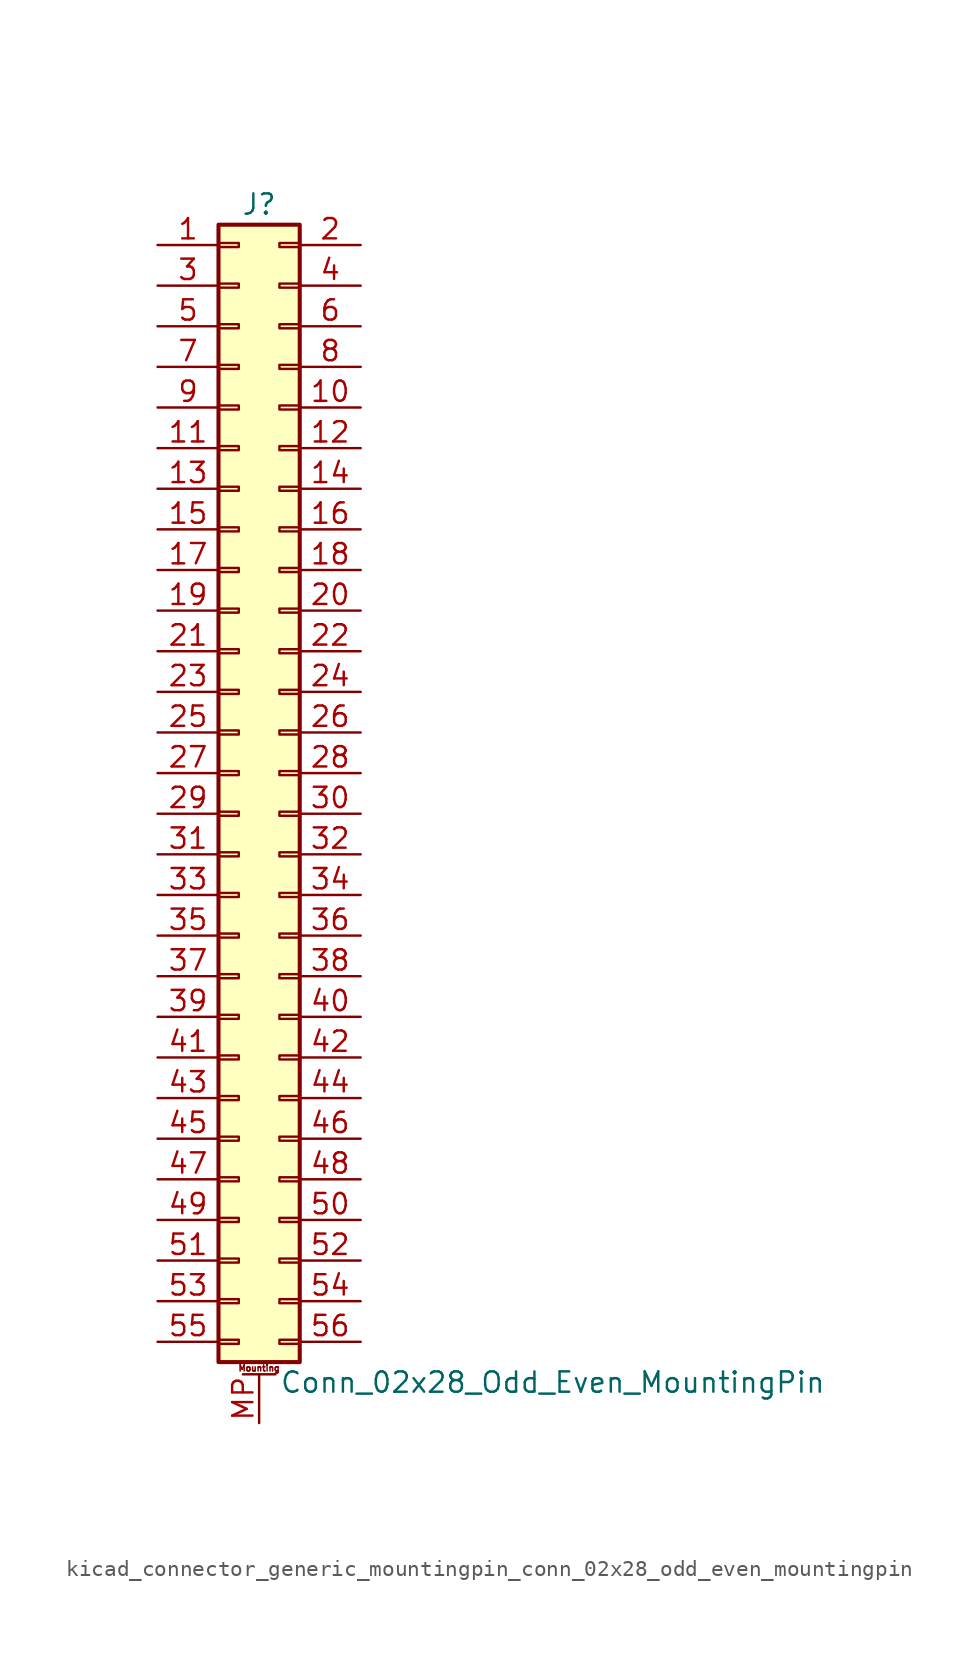
<source format=kicad_sym>
(kicad_symbol_lib
  (version 20220914)
  (generator kicad_symbol_editor)
  (symbol "kicad_connector_generic_mountingpin_conn_02x28_odd_even_mountingpin"
    (pin_names
      (offset 1.016) hide)
    (property "Reference" "J"
      (at 1.27 35.56 0)
      (effects (font (size 1.27 1.27))))
    (property "Value" "Conn_02x28_Odd_Even_MountingPin"
      (at 2.54 -38.1 0)
      (effects (font (size 1.27 1.27)) (justify left)))
    (symbol "kicad_connector_generic_mountingpin_conn_02x28_odd_even_mountingpin_1_1"
      (rectangle (start -1.27 -35.433) (end 0 -35.687) (stroke (width 0.152) (type default)) (fill (type none)))
      (rectangle (start -1.27 -32.893) (end 0 -33.147) (stroke (width 0.152) (type default)) (fill (type none)))
      (rectangle (start -1.27 -30.353) (end 0 -30.607) (stroke (width 0.152) (type default)) (fill (type none)))
      (rectangle (start -1.27 -27.813) (end 0 -28.067) (stroke (width 0.152) (type default)) (fill (type none)))
      (rectangle (start -1.27 -25.273) (end 0 -25.527) (stroke (width 0.152) (type default)) (fill (type none)))
      (rectangle (start -1.27 -22.733) (end 0 -22.987) (stroke (width 0.152) (type default)) (fill (type none)))
      (rectangle (start -1.27 -20.193) (end 0 -20.447) (stroke (width 0.152) (type default)) (fill (type none)))
      (rectangle (start -1.27 -17.653) (end 0 -17.907) (stroke (width 0.152) (type default)) (fill (type none)))
      (rectangle (start -1.27 -15.113) (end 0 -15.367) (stroke (width 0.152) (type default)) (fill (type none)))
      (rectangle (start -1.27 -12.573) (end 0 -12.827) (stroke (width 0.152) (type default)) (fill (type none)))
      (rectangle (start -1.27 -10.033) (end 0 -10.287) (stroke (width 0.152) (type default)) (fill (type none)))
      (rectangle (start -1.27 -7.493) (end 0 -7.747) (stroke (width 0.152) (type default)) (fill (type none)))
      (rectangle (start -1.27 -4.953) (end 0 -5.207) (stroke (width 0.152) (type default)) (fill (type none)))
      (rectangle (start -1.27 -2.413) (end 0 -2.667) (stroke (width 0.152) (type default)) (fill (type none)))
      (rectangle (start -1.27 0.127) (end 0 -0.127) (stroke (width 0.152) (type default)) (fill (type none)))
      (rectangle (start -1.27 2.667) (end 0 2.413) (stroke (width 0.152) (type default)) (fill (type none)))
      (rectangle (start -1.27 5.207) (end 0 4.953) (stroke (width 0.152) (type default)) (fill (type none)))
      (rectangle (start -1.27 7.747) (end 0 7.493) (stroke (width 0.152) (type default)) (fill (type none)))
      (rectangle (start -1.27 10.287) (end 0 10.033) (stroke (width 0.152) (type default)) (fill (type none)))
      (rectangle (start -1.27 12.827) (end 0 12.573) (stroke (width 0.152) (type default)) (fill (type none)))
      (rectangle (start -1.27 15.367) (end 0 15.113) (stroke (width 0.152) (type default)) (fill (type none)))
      (rectangle (start -1.27 17.907) (end 0 17.653) (stroke (width 0.152) (type default)) (fill (type none)))
      (rectangle (start -1.27 20.447) (end 0 20.193) (stroke (width 0.152) (type default)) (fill (type none)))
      (rectangle (start -1.27 22.987) (end 0 22.733) (stroke (width 0.152) (type default)) (fill (type none)))
      (rectangle (start -1.27 25.527) (end 0 25.273) (stroke (width 0.152) (type default)) (fill (type none)))
      (rectangle (start -1.27 28.067) (end 0 27.813) (stroke (width 0.152) (type default)) (fill (type none)))
      (rectangle (start -1.27 30.607) (end 0 30.353) (stroke (width 0.152) (type default)) (fill (type none)))
      (rectangle (start -1.27 33.147) (end 0 32.893) (stroke (width 0.152) (type default)) (fill (type none)))
      (rectangle (start -1.27 34.29) (end 3.81 -36.83) (stroke (width 0.254) (type default)) (fill (type background)))
      (polyline (pts (xy 0.254 -37.592) (xy 2.286 -37.592)) (stroke (width 0.152) (type default)) (fill (type none)))
      (rectangle (start 3.81 -35.433) (end 2.54 -35.687) (stroke (width 0.152) (type default)) (fill (type none)))
      (rectangle (start 3.81 -32.893) (end 2.54 -33.147) (stroke (width 0.152) (type default)) (fill (type none)))
      (rectangle (start 3.81 -30.353) (end 2.54 -30.607) (stroke (width 0.152) (type default)) (fill (type none)))
      (rectangle (start 3.81 -27.813) (end 2.54 -28.067) (stroke (width 0.152) (type default)) (fill (type none)))
      (rectangle (start 3.81 -25.273) (end 2.54 -25.527) (stroke (width 0.152) (type default)) (fill (type none)))
      (rectangle (start 3.81 -22.733) (end 2.54 -22.987) (stroke (width 0.152) (type default)) (fill (type none)))
      (rectangle (start 3.81 -20.193) (end 2.54 -20.447) (stroke (width 0.152) (type default)) (fill (type none)))
      (rectangle (start 3.81 -17.653) (end 2.54 -17.907) (stroke (width 0.152) (type default)) (fill (type none)))
      (rectangle (start 3.81 -15.113) (end 2.54 -15.367) (stroke (width 0.152) (type default)) (fill (type none)))
      (rectangle (start 3.81 -12.573) (end 2.54 -12.827) (stroke (width 0.152) (type default)) (fill (type none)))
      (rectangle (start 3.81 -10.033) (end 2.54 -10.287) (stroke (width 0.152) (type default)) (fill (type none)))
      (rectangle (start 3.81 -7.493) (end 2.54 -7.747) (stroke (width 0.152) (type default)) (fill (type none)))
      (rectangle (start 3.81 -4.953) (end 2.54 -5.207) (stroke (width 0.152) (type default)) (fill (type none)))
      (rectangle (start 3.81 -2.413) (end 2.54 -2.667) (stroke (width 0.152) (type default)) (fill (type none)))
      (rectangle (start 3.81 0.127) (end 2.54 -0.127) (stroke (width 0.152) (type default)) (fill (type none)))
      (rectangle (start 3.81 2.667) (end 2.54 2.413) (stroke (width 0.152) (type default)) (fill (type none)))
      (rectangle (start 3.81 5.207) (end 2.54 4.953) (stroke (width 0.152) (type default)) (fill (type none)))
      (rectangle (start 3.81 7.747) (end 2.54 7.493) (stroke (width 0.152) (type default)) (fill (type none)))
      (rectangle (start 3.81 10.287) (end 2.54 10.033) (stroke (width 0.152) (type default)) (fill (type none)))
      (rectangle (start 3.81 12.827) (end 2.54 12.573) (stroke (width 0.152) (type default)) (fill (type none)))
      (rectangle (start 3.81 15.367) (end 2.54 15.113) (stroke (width 0.152) (type default)) (fill (type none)))
      (rectangle (start 3.81 17.907) (end 2.54 17.653) (stroke (width 0.152) (type default)) (fill (type none)))
      (rectangle (start 3.81 20.447) (end 2.54 20.193) (stroke (width 0.152) (type default)) (fill (type none)))
      (rectangle (start 3.81 22.987) (end 2.54 22.733) (stroke (width 0.152) (type default)) (fill (type none)))
      (rectangle (start 3.81 25.527) (end 2.54 25.273) (stroke (width 0.152) (type default)) (fill (type none)))
      (rectangle (start 3.81 28.067) (end 2.54 27.813) (stroke (width 0.152) (type default)) (fill (type none)))
      (rectangle (start 3.81 30.607) (end 2.54 30.353) (stroke (width 0.152) (type default)) (fill (type none)))
      (rectangle (start 3.81 33.147) (end 2.54 32.893) (stroke (width 0.152) (type default)) (fill (type none)))
      (text "Mounting" (at 1.27 -37.211 0) (effects (font (size 0.381 0.381))))
      (pin passive line (at -5.08 33.02 0) (length 3.81) (name "Pin_1" (effects (font (size 1.27 1.27)))) (number "1" (effects (font (size 1.27 1.27)))))
      (pin passive line (at 7.62 22.86 180) (length 3.81) (name "Pin_10" (effects (font (size 1.27 1.27)))) (number "10" (effects (font (size 1.27 1.27)))))
      (pin passive line (at -5.08 20.32 0) (length 3.81) (name "Pin_11" (effects (font (size 1.27 1.27)))) (number "11" (effects (font (size 1.27 1.27)))))
      (pin passive line (at 7.62 20.32 180) (length 3.81) (name "Pin_12" (effects (font (size 1.27 1.27)))) (number "12" (effects (font (size 1.27 1.27)))))
      (pin passive line (at -5.08 17.78 0) (length 3.81) (name "Pin_13" (effects (font (size 1.27 1.27)))) (number "13" (effects (font (size 1.27 1.27)))))
      (pin passive line (at 7.62 17.78 180) (length 3.81) (name "Pin_14" (effects (font (size 1.27 1.27)))) (number "14" (effects (font (size 1.27 1.27)))))
      (pin passive line (at -5.08 15.24 0) (length 3.81) (name "Pin_15" (effects (font (size 1.27 1.27)))) (number "15" (effects (font (size 1.27 1.27)))))
      (pin passive line (at 7.62 15.24 180) (length 3.81) (name "Pin_16" (effects (font (size 1.27 1.27)))) (number "16" (effects (font (size 1.27 1.27)))))
      (pin passive line (at -5.08 12.7 0) (length 3.81) (name "Pin_17" (effects (font (size 1.27 1.27)))) (number "17" (effects (font (size 1.27 1.27)))))
      (pin passive line (at 7.62 12.7 180) (length 3.81) (name "Pin_18" (effects (font (size 1.27 1.27)))) (number "18" (effects (font (size 1.27 1.27)))))
      (pin passive line (at -5.08 10.16 0) (length 3.81) (name "Pin_19" (effects (font (size 1.27 1.27)))) (number "19" (effects (font (size 1.27 1.27)))))
      (pin passive line (at 7.62 33.02 180) (length 3.81) (name "Pin_2" (effects (font (size 1.27 1.27)))) (number "2" (effects (font (size 1.27 1.27)))))
      (pin passive line (at 7.62 10.16 180) (length 3.81) (name "Pin_20" (effects (font (size 1.27 1.27)))) (number "20" (effects (font (size 1.27 1.27)))))
      (pin passive line (at -5.08 7.62 0) (length 3.81) (name "Pin_21" (effects (font (size 1.27 1.27)))) (number "21" (effects (font (size 1.27 1.27)))))
      (pin passive line (at 7.62 7.62 180) (length 3.81) (name "Pin_22" (effects (font (size 1.27 1.27)))) (number "22" (effects (font (size 1.27 1.27)))))
      (pin passive line (at -5.08 5.08 0) (length 3.81) (name "Pin_23" (effects (font (size 1.27 1.27)))) (number "23" (effects (font (size 1.27 1.27)))))
      (pin passive line (at 7.62 5.08 180) (length 3.81) (name "Pin_24" (effects (font (size 1.27 1.27)))) (number "24" (effects (font (size 1.27 1.27)))))
      (pin passive line (at -5.08 2.54 0) (length 3.81) (name "Pin_25" (effects (font (size 1.27 1.27)))) (number "25" (effects (font (size 1.27 1.27)))))
      (pin passive line (at 7.62 2.54 180) (length 3.81) (name "Pin_26" (effects (font (size 1.27 1.27)))) (number "26" (effects (font (size 1.27 1.27)))))
      (pin passive line (at -5.08 0 0) (length 3.81) (name "Pin_27" (effects (font (size 1.27 1.27)))) (number "27" (effects (font (size 1.27 1.27)))))
      (pin passive line (at 7.62 0 180) (length 3.81) (name "Pin_28" (effects (font (size 1.27 1.27)))) (number "28" (effects (font (size 1.27 1.27)))))
      (pin passive line (at -5.08 -2.54 0) (length 3.81) (name "Pin_29" (effects (font (size 1.27 1.27)))) (number "29" (effects (font (size 1.27 1.27)))))
      (pin passive line (at -5.08 30.48 0) (length 3.81) (name "Pin_3" (effects (font (size 1.27 1.27)))) (number "3" (effects (font (size 1.27 1.27)))))
      (pin passive line (at 7.62 -2.54 180) (length 3.81) (name "Pin_30" (effects (font (size 1.27 1.27)))) (number "30" (effects (font (size 1.27 1.27)))))
      (pin passive line (at -5.08 -5.08 0) (length 3.81) (name "Pin_31" (effects (font (size 1.27 1.27)))) (number "31" (effects (font (size 1.27 1.27)))))
      (pin passive line (at 7.62 -5.08 180) (length 3.81) (name "Pin_32" (effects (font (size 1.27 1.27)))) (number "32" (effects (font (size 1.27 1.27)))))
      (pin passive line (at -5.08 -7.62 0) (length 3.81) (name "Pin_33" (effects (font (size 1.27 1.27)))) (number "33" (effects (font (size 1.27 1.27)))))
      (pin passive line (at 7.62 -7.62 180) (length 3.81) (name "Pin_34" (effects (font (size 1.27 1.27)))) (number "34" (effects (font (size 1.27 1.27)))))
      (pin passive line (at -5.08 -10.16 0) (length 3.81) (name "Pin_35" (effects (font (size 1.27 1.27)))) (number "35" (effects (font (size 1.27 1.27)))))
      (pin passive line (at 7.62 -10.16 180) (length 3.81) (name "Pin_36" (effects (font (size 1.27 1.27)))) (number "36" (effects (font (size 1.27 1.27)))))
      (pin passive line (at -5.08 -12.7 0) (length 3.81) (name "Pin_37" (effects (font (size 1.27 1.27)))) (number "37" (effects (font (size 1.27 1.27)))))
      (pin passive line (at 7.62 -12.7 180) (length 3.81) (name "Pin_38" (effects (font (size 1.27 1.27)))) (number "38" (effects (font (size 1.27 1.27)))))
      (pin passive line (at -5.08 -15.24 0) (length 3.81) (name "Pin_39" (effects (font (size 1.27 1.27)))) (number "39" (effects (font (size 1.27 1.27)))))
      (pin passive line (at 7.62 30.48 180) (length 3.81) (name "Pin_4" (effects (font (size 1.27 1.27)))) (number "4" (effects (font (size 1.27 1.27)))))
      (pin passive line (at 7.62 -15.24 180) (length 3.81) (name "Pin_40" (effects (font (size 1.27 1.27)))) (number "40" (effects (font (size 1.27 1.27)))))
      (pin passive line (at -5.08 -17.78 0) (length 3.81) (name "Pin_41" (effects (font (size 1.27 1.27)))) (number "41" (effects (font (size 1.27 1.27)))))
      (pin passive line (at 7.62 -17.78 180) (length 3.81) (name "Pin_42" (effects (font (size 1.27 1.27)))) (number "42" (effects (font (size 1.27 1.27)))))
      (pin passive line (at -5.08 -20.32 0) (length 3.81) (name "Pin_43" (effects (font (size 1.27 1.27)))) (number "43" (effects (font (size 1.27 1.27)))))
      (pin passive line (at 7.62 -20.32 180) (length 3.81) (name "Pin_44" (effects (font (size 1.27 1.27)))) (number "44" (effects (font (size 1.27 1.27)))))
      (pin passive line (at -5.08 -22.86 0) (length 3.81) (name "Pin_45" (effects (font (size 1.27 1.27)))) (number "45" (effects (font (size 1.27 1.27)))))
      (pin passive line (at 7.62 -22.86 180) (length 3.81) (name "Pin_46" (effects (font (size 1.27 1.27)))) (number "46" (effects (font (size 1.27 1.27)))))
      (pin passive line (at -5.08 -25.4 0) (length 3.81) (name "Pin_47" (effects (font (size 1.27 1.27)))) (number "47" (effects (font (size 1.27 1.27)))))
      (pin passive line (at 7.62 -25.4 180) (length 3.81) (name "Pin_48" (effects (font (size 1.27 1.27)))) (number "48" (effects (font (size 1.27 1.27)))))
      (pin passive line (at -5.08 -27.94 0) (length 3.81) (name "Pin_49" (effects (font (size 1.27 1.27)))) (number "49" (effects (font (size 1.27 1.27)))))
      (pin passive line (at -5.08 27.94 0) (length 3.81) (name "Pin_5" (effects (font (size 1.27 1.27)))) (number "5" (effects (font (size 1.27 1.27)))))
      (pin passive line (at 7.62 -27.94 180) (length 3.81) (name "Pin_50" (effects (font (size 1.27 1.27)))) (number "50" (effects (font (size 1.27 1.27)))))
      (pin passive line (at -5.08 -30.48 0) (length 3.81) (name "Pin_51" (effects (font (size 1.27 1.27)))) (number "51" (effects (font (size 1.27 1.27)))))
      (pin passive line (at 7.62 -30.48 180) (length 3.81) (name "Pin_52" (effects (font (size 1.27 1.27)))) (number "52" (effects (font (size 1.27 1.27)))))
      (pin passive line (at -5.08 -33.02 0) (length 3.81) (name "Pin_53" (effects (font (size 1.27 1.27)))) (number "53" (effects (font (size 1.27 1.27)))))
      (pin passive line (at 7.62 -33.02 180) (length 3.81) (name "Pin_54" (effects (font (size 1.27 1.27)))) (number "54" (effects (font (size 1.27 1.27)))))
      (pin passive line (at -5.08 -35.56 0) (length 3.81) (name "Pin_55" (effects (font (size 1.27 1.27)))) (number "55" (effects (font (size 1.27 1.27)))))
      (pin passive line (at 7.62 -35.56 180) (length 3.81) (name "Pin_56" (effects (font (size 1.27 1.27)))) (number "56" (effects (font (size 1.27 1.27)))))
      (pin passive line (at 7.62 27.94 180) (length 3.81) (name "Pin_6" (effects (font (size 1.27 1.27)))) (number "6" (effects (font (size 1.27 1.27)))))
      (pin passive line (at -5.08 25.4 0) (length 3.81) (name "Pin_7" (effects (font (size 1.27 1.27)))) (number "7" (effects (font (size 1.27 1.27)))))
      (pin passive line (at 7.62 25.4 180) (length 3.81) (name "Pin_8" (effects (font (size 1.27 1.27)))) (number "8" (effects (font (size 1.27 1.27)))))
      (pin passive line (at -5.08 22.86 0) (length 3.81) (name "Pin_9" (effects (font (size 1.27 1.27)))) (number "9" (effects (font (size 1.27 1.27)))))
      (pin passive line (at 1.27 -40.64 90) (length 3.048) (name "MountPin" (effects (font (size 1.27 1.27)))) (number "MP" (effects (font (size 1.27 1.27))))))))
</source>
